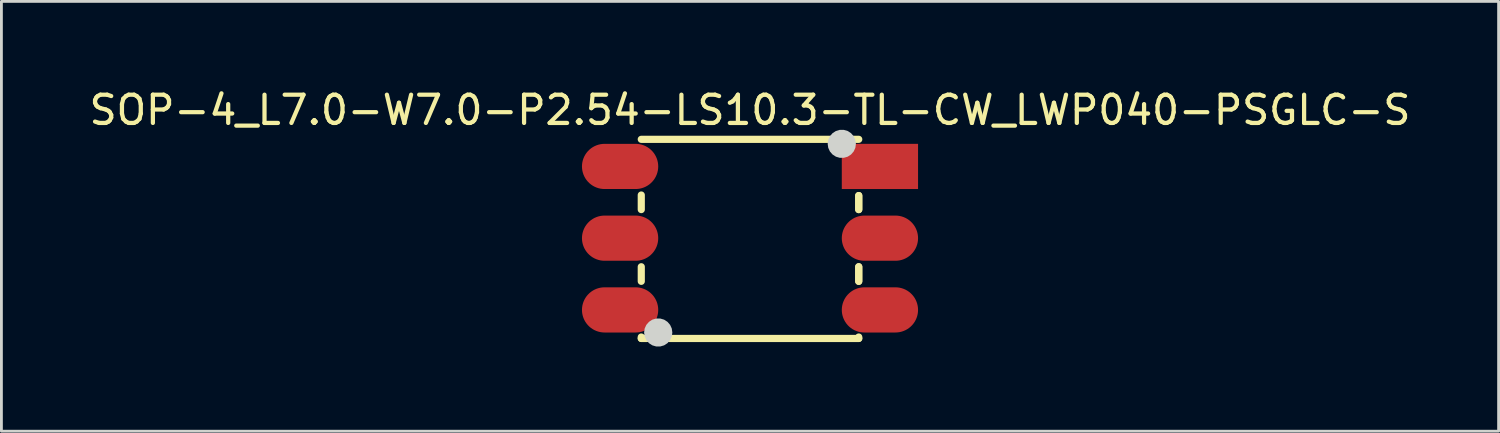
<source format=kicad_pcb>
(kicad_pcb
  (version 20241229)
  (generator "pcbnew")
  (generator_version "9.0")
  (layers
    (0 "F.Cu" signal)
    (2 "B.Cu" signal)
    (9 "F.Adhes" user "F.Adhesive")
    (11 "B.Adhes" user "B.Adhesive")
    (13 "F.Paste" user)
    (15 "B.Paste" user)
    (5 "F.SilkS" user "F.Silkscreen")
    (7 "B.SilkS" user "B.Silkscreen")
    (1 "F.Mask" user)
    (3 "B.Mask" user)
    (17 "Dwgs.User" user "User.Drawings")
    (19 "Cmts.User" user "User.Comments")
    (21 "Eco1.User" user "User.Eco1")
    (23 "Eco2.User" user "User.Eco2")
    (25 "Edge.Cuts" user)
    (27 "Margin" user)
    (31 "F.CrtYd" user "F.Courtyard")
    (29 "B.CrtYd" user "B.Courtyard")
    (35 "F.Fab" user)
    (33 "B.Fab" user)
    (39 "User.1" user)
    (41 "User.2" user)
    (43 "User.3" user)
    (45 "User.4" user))
  (footprint "SOP-4_L7.0-W7.0-P2.54-LS10.3-TL-CW_LWP040-PSGLC-S"
    (layer "F.Cu")
    (at 23.506 5.383)
    (property "Reference" "SOP-4_L7.0-W7.0-P2.54-LS10.3-TL-CW_LWP040-PSGLC-S" (at 0 -4.535 0) (unlocked yes) (layer "F.SilkS") (effects (font (size 1 1) (thickness 0.15))))
    (fp_line (start -3.85 -1.528) (end -3.85 -1.012) (stroke (width 0.254) (type default)) (layer "F.SilkS"))
    (fp_line (start -3.85 1.012) (end -3.85 1.528) (stroke (width 0.254) (type default)) (layer "F.SilkS"))
    (fp_line (start -3.85 3.551) (end -3.85 3.5) (stroke (width 0.254) (type default)) (layer "F.SilkS"))
    (fp_line (start -3.85 3.551) (end -3.639 3.551) (stroke (width 0.254) (type default)) (layer "F.SilkS"))
    (fp_line (start -2.861 3.551) (end 3.85 3.551) (stroke (width 0.254) (type default)) (layer "F.SilkS"))
    (fp_line (start 3.85 -3.5) (end -3.85 -3.5) (stroke (width 0.254) (type default)) (layer "F.SilkS"))
    (fp_line (start 3.85 -1.509) (end 3.85 -1.012) (stroke (width 0.254) (type default)) (layer "F.SilkS"))
    (fp_line (start 3.85 -1.509) (end 3.85 -1.012) (stroke (width 0.254) (type default)) (layer "F.SilkS"))
    (fp_line (start 3.85 1.012) (end 3.85 1.528) (stroke (width 0.254) (type default)) (layer "F.SilkS"))
    (fp_line (start 3.85 1.012) (end 3.85 1.528) (stroke (width 0.254) (type default)) (layer "F.SilkS"))
    (fp_line (start 3.85 3.551) (end 3.85 3.5) (stroke (width 0.254) (type default)) (layer "F.SilkS"))
    (fp_poly (pts (xy -2.75 3.34) (xy -2.77 3.199) (xy -2.829 3.07) (xy -2.923 2.962) (xy -3.042 2.885) (xy -3.179 2.845) (xy -3.321 2.845) (xy -3.458 2.885) (xy -3.577 2.962) (xy -3.671 3.07) (xy -3.73 3.199) (xy -3.75 3.34) (xy -3.73 3.481) (xy -3.671 3.61) (xy -3.577 3.718) (xy -3.458 3.795) (xy -3.321 3.835) (xy -3.179 3.835) (xy -3.042 3.795) (xy -2.923 3.718) (xy -2.829 3.61) (xy -2.77 3.481)) (stroke (width 0) (type default)) (fill yes) (layer "Edge.Cuts"))
    (fp_poly (pts (xy 3.75 -3.34) (xy 3.73 -3.481) (xy 3.671 -3.61) (xy 3.577 -3.718) (xy 3.458 -3.795) (xy 3.321 -3.835) (xy 3.179 -3.835) (xy 3.042 -3.795) (xy 2.923 -3.718) (xy 2.829 -3.61) (xy 2.77 -3.481) (xy 2.75 -3.34) (xy 2.77 -3.199) (xy 2.829 -3.07) (xy 2.923 -2.962) (xy 3.042 -2.885) (xy 3.179 -2.845) (xy 3.321 -2.845) (xy 3.458 -2.885) (xy 3.577 -2.962) (xy 3.671 -3.07) (xy 3.73 -3.199)) (stroke (width 0) (type default)) (fill yes) (layer "Edge.Cuts"))
    (pad "1" smd rect (at 4.6 -2.54 270) (size 1.6 2.7) (layers "F.Cu" "F.Mask" "F.Paste"))
    (pad "2" smd oval (at 4.6 0 270) (size 1.6 2.7) (layers "F.Cu" "F.Mask" "F.Paste"))
    (pad "3" smd oval (at 4.6 2.54 270) (size 1.6 2.7) (layers "F.Cu" "F.Mask" "F.Paste"))
    (pad "4" smd oval (at -4.6 2.54 270) (size 1.6 2.7) (layers "F.Cu" "F.Mask" "F.Paste"))
    (pad "5" smd oval (at -4.6 0 270) (size 1.6 2.7) (layers "F.Cu" "F.Mask" "F.Paste"))
    (pad "6" smd oval (at -4.6 -2.54 270) (size 1.6 2.7) (layers "F.Cu" "F.Mask" "F.Paste")))
  (gr_rect
    (start -3 -3)
    (end 50.012 12.218)
    (stroke (width 0.1) (type default))
    (fill no)
    (layer "Edge.Cuts")))
</source>
